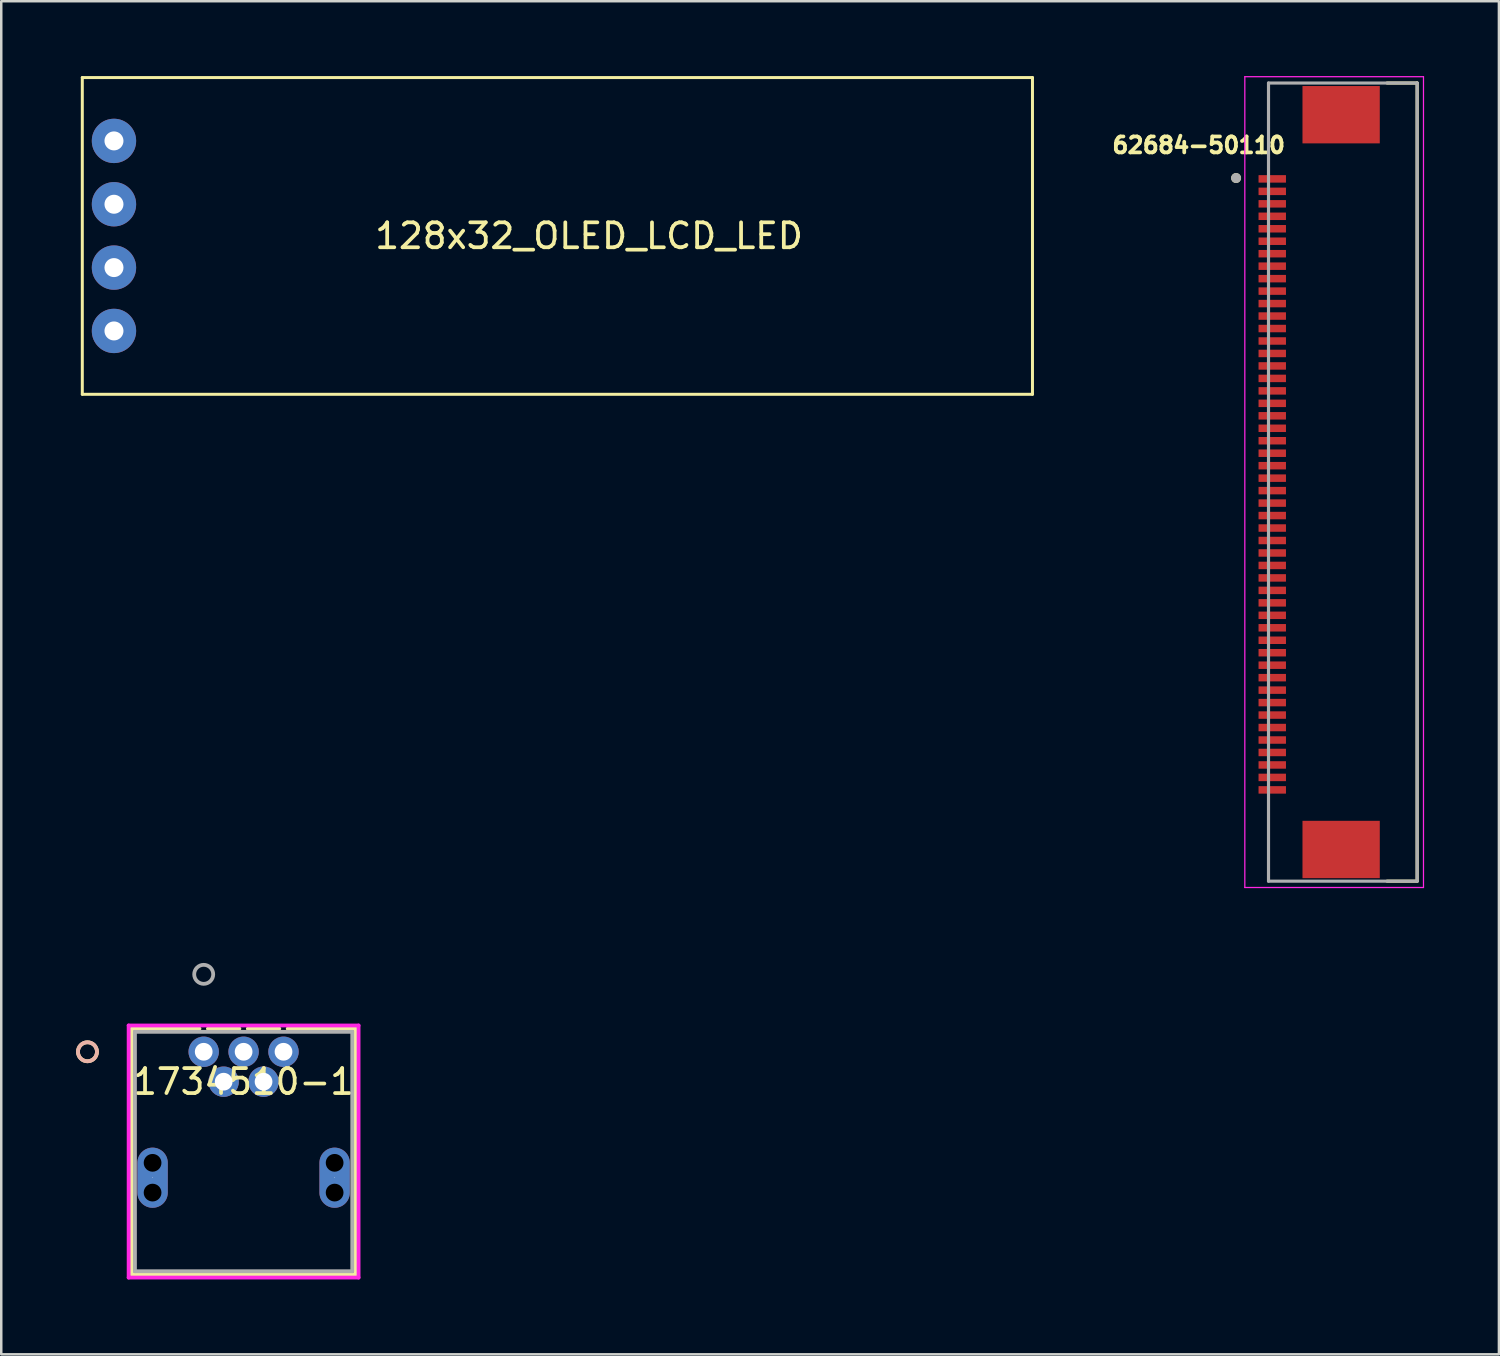
<source format=kicad_pcb>
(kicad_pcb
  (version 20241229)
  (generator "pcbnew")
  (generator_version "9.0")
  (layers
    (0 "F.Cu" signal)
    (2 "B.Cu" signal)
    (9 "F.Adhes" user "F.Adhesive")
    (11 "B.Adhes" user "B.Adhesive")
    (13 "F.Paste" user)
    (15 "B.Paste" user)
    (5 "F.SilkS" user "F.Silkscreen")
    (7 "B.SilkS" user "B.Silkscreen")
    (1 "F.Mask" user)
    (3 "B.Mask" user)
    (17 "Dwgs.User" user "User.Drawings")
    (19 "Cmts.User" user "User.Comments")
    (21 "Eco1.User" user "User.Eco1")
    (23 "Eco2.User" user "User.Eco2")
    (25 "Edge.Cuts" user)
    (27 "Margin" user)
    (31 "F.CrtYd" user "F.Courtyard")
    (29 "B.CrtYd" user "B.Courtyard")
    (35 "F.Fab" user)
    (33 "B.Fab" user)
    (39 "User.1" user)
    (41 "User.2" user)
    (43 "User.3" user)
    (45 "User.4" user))
  (footprint "62684-50110"
    (layer "F.Cu")
    (at 49.965 15.773)
    (property "Reference" "62684-50110" (at -4.95 -13 180) (layer "F.SilkS") (effects (font (size 0.64 0.64) (thickness 0.15))))
    (attr smd)
    (fp_line (start 3.81 -15.494) (end 2.606 -15.494) (stroke (width 0.127) (type solid)) (layer "F.SilkS"))
    (fp_line (start 3.81 16.51) (end 2.606 16.51) (stroke (width 0.127) (type solid)) (layer "F.SilkS"))
    (fp_line (start 3.81 16.51) (end 3.81 -15.494) (stroke (width 0.127) (type solid)) (layer "F.SilkS"))
    (fp_circle (center -3.45 -11.684) (end -3.45 -11.784) (stroke (width 0.2) (type solid)) (fill no) (layer "F.SilkS"))
    (fp_line (start -3.1 -15.748) (end -3.1 16.764) (stroke (width 0.05) (type solid)) (layer "F.CrtYd"))
    (fp_line (start -3.1 16.764) (end 4.064 16.764) (stroke (width 0.05) (type solid)) (layer "F.CrtYd"))
    (fp_line (start 4.064 -15.748) (end -3.1 -15.748) (stroke (width 0.05) (type solid)) (layer "F.CrtYd"))
    (fp_line (start 4.064 16.764) (end 4.064 -15.748) (stroke (width 0.05) (type solid)) (layer "F.CrtYd"))
    (fp_line (start -2.15 16.51) (end -2.15 -15.494) (stroke (width 0.127) (type solid)) (layer "F.Fab"))
    (fp_line (start -2.15 16.51) (end 3.81 16.51) (stroke (width 0.127) (type solid)) (layer "F.Fab"))
    (fp_line (start 3.81 -15.494) (end -2.15 -15.494) (stroke (width 0.127) (type solid)) (layer "F.Fab"))
    (fp_line (start 3.81 16.51) (end 3.81 -15.494) (stroke (width 0.127) (type solid)) (layer "F.Fab"))
    (fp_circle (center -3.45 -11.684) (end -3.45 -11.784) (stroke (width 0.2) (type solid)) (fill no) (layer "F.Fab"))
    (pad "1" smd rect (at -2 -11.65 270) (size 0.3 1.1) (layers "F.Cu" "F.Mask" "F.Paste"))
    (pad "2" smd rect (at -2 -11.15 270) (size 0.3 1.1) (layers "F.Cu" "F.Mask" "F.Paste"))
    (pad "3" smd rect (at -2 -10.65 270) (size 0.3 1.1) (layers "F.Cu" "F.Mask" "F.Paste"))
    (pad "4" smd rect (at -2 -10.15 270) (size 0.3 1.1) (layers "F.Cu" "F.Mask" "F.Paste"))
    (pad "5" smd rect (at -2 -9.65 270) (size 0.3 1.1) (layers "F.Cu" "F.Mask" "F.Paste"))
    (pad "6" smd rect (at -2 -9.15 270) (size 0.3 1.1) (layers "F.Cu" "F.Mask" "F.Paste"))
    (pad "7" smd rect (at -2 -8.65 270) (size 0.3 1.1) (layers "F.Cu" "F.Mask" "F.Paste"))
    (pad "8" smd rect (at -2 -8.15 270) (size 0.3 1.1) (layers "F.Cu" "F.Mask" "F.Paste"))
    (pad "9" smd rect (at -2 -7.65 270) (size 0.3 1.1) (layers "F.Cu" "F.Mask" "F.Paste"))
    (pad "10" smd rect (at -2 -7.15 270) (size 0.3 1.1) (layers "F.Cu" "F.Mask" "F.Paste"))
    (pad "11" smd rect (at -2 -6.65 270) (size 0.3 1.1) (layers "F.Cu" "F.Mask" "F.Paste"))
    (pad "12" smd rect (at -2 -6.15 270) (size 0.3 1.1) (layers "F.Cu" "F.Mask" "F.Paste"))
    (pad "13" smd rect (at -2 -5.65 270) (size 0.3 1.1) (layers "F.Cu" "F.Mask" "F.Paste"))
    (pad "14" smd rect (at -2 -5.15 270) (size 0.3 1.1) (layers "F.Cu" "F.Mask" "F.Paste"))
    (pad "15" smd rect (at -2 -4.65 270) (size 0.3 1.1) (layers "F.Cu" "F.Mask" "F.Paste"))
    (pad "16" smd rect (at -2 -4.15 270) (size 0.3 1.1) (layers "F.Cu" "F.Mask" "F.Paste"))
    (pad "17" smd rect (at -2 -3.65 270) (size 0.3 1.1) (layers "F.Cu" "F.Mask" "F.Paste"))
    (pad "18" smd rect (at -2 -3.15 270) (size 0.3 1.1) (layers "F.Cu" "F.Mask" "F.Paste"))
    (pad "19" smd rect (at -2 -2.65 270) (size 0.3 1.1) (layers "F.Cu" "F.Mask" "F.Paste"))
    (pad "20" smd rect (at -2 -2.15 270) (size 0.3 1.1) (layers "F.Cu" "F.Mask" "F.Paste"))
    (pad "21" smd rect (at -2 -1.65 270) (size 0.3 1.1) (layers "F.Cu" "F.Mask" "F.Paste"))
    (pad "22" smd rect (at -2 -1.15 270) (size 0.3 1.1) (layers "F.Cu" "F.Mask" "F.Paste"))
    (pad "23" smd rect (at -2 -0.65 270) (size 0.3 1.1) (layers "F.Cu" "F.Mask" "F.Paste"))
    (pad "24" smd rect (at -2 -0.15 270) (size 0.3 1.1) (layers "F.Cu" "F.Mask" "F.Paste"))
    (pad "25" smd rect (at -2 0.35 270) (size 0.3 1.1) (layers "F.Cu" "F.Mask" "F.Paste"))
    (pad "26" smd rect (at -2 0.85 270) (size 0.3 1.1) (layers "F.Cu" "F.Mask" "F.Paste"))
    (pad "27" smd rect (at -2 1.35 270) (size 0.3 1.1) (layers "F.Cu" "F.Mask" "F.Paste"))
    (pad "28" smd rect (at -2 1.85 270) (size 0.3 1.1) (layers "F.Cu" "F.Mask" "F.Paste"))
    (pad "29" smd rect (at -2 2.35 270) (size 0.3 1.1) (layers "F.Cu" "F.Mask" "F.Paste"))
    (pad "30" smd rect (at -2 2.85 270) (size 0.3 1.1) (layers "F.Cu" "F.Mask" "F.Paste"))
    (pad "31" smd rect (at -2 3.35 270) (size 0.3 1.1) (layers "F.Cu" "F.Mask" "F.Paste"))
    (pad "32" smd rect (at -2 3.85 270) (size 0.3 1.1) (layers "F.Cu" "F.Mask" "F.Paste"))
    (pad "33" smd rect (at -2 4.35 270) (size 0.3 1.1) (layers "F.Cu" "F.Mask" "F.Paste"))
    (pad "34" smd rect (at -2 4.85 270) (size 0.3 1.1) (layers "F.Cu" "F.Mask" "F.Paste"))
    (pad "35" smd rect (at -2 5.35 270) (size 0.3 1.1) (layers "F.Cu" "F.Mask" "F.Paste"))
    (pad "36" smd rect (at -2 5.85 270) (size 0.3 1.1) (layers "F.Cu" "F.Mask" "F.Paste"))
    (pad "37" smd rect (at -2 6.35 270) (size 0.3 1.1) (layers "F.Cu" "F.Mask" "F.Paste"))
    (pad "38" smd rect (at -2 6.85 270) (size 0.3 1.1) (layers "F.Cu" "F.Mask" "F.Paste"))
    (pad "39" smd rect (at -2 7.35 270) (size 0.3 1.1) (layers "F.Cu" "F.Mask" "F.Paste"))
    (pad "40" smd rect (at -2 7.85 270) (size 0.3 1.1) (layers "F.Cu" "F.Mask" "F.Paste"))
    (pad "41" smd rect (at -2 8.35 270) (size 0.3 1.1) (layers "F.Cu" "F.Mask" "F.Paste"))
    (pad "42" smd rect (at -2 8.85 270) (size 0.3 1.1) (layers "F.Cu" "F.Mask" "F.Paste"))
    (pad "43" smd rect (at -2 9.35 270) (size 0.3 1.1) (layers "F.Cu" "F.Mask" "F.Paste"))
    (pad "44" smd rect (at -2 9.85 270) (size 0.3 1.1) (layers "F.Cu" "F.Mask" "F.Paste"))
    (pad "45" smd rect (at -2 10.35 270) (size 0.3 1.1) (layers "F.Cu" "F.Mask" "F.Paste"))
    (pad "46" smd rect (at -2 10.85 270) (size 0.3 1.1) (layers "F.Cu" "F.Mask" "F.Paste"))
    (pad "47" smd rect (at -2 11.35 270) (size 0.3 1.1) (layers "F.Cu" "F.Mask" "F.Paste"))
    (pad "48" smd rect (at -2 11.85 270) (size 0.3 1.1) (layers "F.Cu" "F.Mask" "F.Paste"))
    (pad "49" smd rect (at -2 12.35 270) (size 0.3 1.1) (layers "F.Cu" "F.Mask" "F.Paste"))
    (pad "50" smd rect (at -2 12.85 270) (size 0.3 1.1) (layers "F.Cu" "F.Mask" "F.Paste"))
    (pad "S1" smd rect (at 0.762 -14.224 90) (size 2.3 3.1) (layers "F.Cu" "F.Mask" "F.Paste"))
    (pad "S2" smd rect (at 0.762 15.24 90) (size 2.3 3.1) (layers "F.Cu" "F.Mask" "F.Paste")))
  (footprint "128x32_OLED_LCD_LED"
    (layer "F.Cu")
    (at 0.25 12.76)
    (property "Reference" "128x32_OLED_LCD_LED" (at 20.32 -6.35 0) (layer "F.SilkS") (effects (font (size 1 1) (thickness 0.15))))
    (attr through_hole)
    (fp_line (start 0 -12.7) (end 0 0) (stroke (width 0.12) (type solid)) (layer "F.SilkS"))
    (fp_line (start 0 0) (end 38.1 0) (stroke (width 0.12) (type solid)) (layer "F.SilkS"))
    (fp_line (start 38.1 -12.7) (end 0 -12.7) (stroke (width 0.12) (type solid)) (layer "F.SilkS"))
    (fp_line (start 38.1 0) (end 38.1 -12.7) (stroke (width 0.12) (type solid)) (layer "F.SilkS"))
    (pad "1" thru_hole circle (at 1.27 -10.16) (size 1.778 1.778) (drill 0.762) (layers "*.Cu" "*.Mask"))
    (pad "2" thru_hole circle (at 1.27 -7.62) (size 1.778 1.778) (drill 0.762) (layers "*.Cu" "*.Mask"))
    (pad "3" thru_hole circle (at 1.27 -5.08) (size 1.778 1.778) (drill 0.762) (layers "*.Cu" "*.Mask"))
    (pad "4" thru_hole circle (at 1.27 -2.54) (size 1.778 1.778) (drill 0.762) (layers "*.Cu" "*.Mask")))
  (footprint "1734510-1"
    (layer "F.Cu")
    (at 5.118 39.124)
    (property "Reference" "1734510-1" (at 1.6 1.2 0) (layer "F.SilkS") (effects (font (size 1 1) (thickness 0.15))))
    (attr through_hole)
    (fp_line (start -2.883 -0.927) (end -2.883 8.928) (stroke (width 0.152) (type solid)) (layer "F.SilkS"))
    (fp_line (start -2.883 8.928) (end 6.083 8.928) (stroke (width 0.152) (type solid)) (layer "F.SilkS"))
    (fp_line (start -0.169 -0.927) (end -2.883 -0.927) (stroke (width 0.152) (type solid)) (layer "F.SilkS"))
    (fp_line (start 1.431 -0.927) (end 0.169 -0.927) (stroke (width 0.152) (type solid)) (layer "F.SilkS"))
    (fp_line (start 3.031 -0.927) (end 1.769 -0.927) (stroke (width 0.152) (type solid)) (layer "F.SilkS"))
    (fp_line (start 6.083 -0.927) (end 3.369 -0.927) (stroke (width 0.152) (type solid)) (layer "F.SilkS"))
    (fp_line (start 6.083 8.928) (end 6.083 -0.927) (stroke (width 0.152) (type solid)) (layer "F.SilkS"))
    (fp_circle (center -4.661 0) (end -4.28 0) (stroke (width 0.152) (type solid)) (fill no) (layer "F.SilkS"))
    (fp_circle (center -4.661 0) (end -4.28 0) (stroke (width 0.152) (type solid)) (fill no) (layer "B.SilkS"))
    (fp_line (start -3.01 -1.054) (end -3.01 9.055) (stroke (width 0.152) (type solid)) (layer "F.CrtYd"))
    (fp_line (start -3.01 9.055) (end 6.21 9.055) (stroke (width 0.152) (type solid)) (layer "F.CrtYd"))
    (fp_line (start 6.21 -1.054) (end -3.01 -1.054) (stroke (width 0.152) (type solid)) (layer "F.CrtYd"))
    (fp_line (start 6.21 9.055) (end 6.21 -1.054) (stroke (width 0.152) (type solid)) (layer "F.CrtYd"))
    (fp_line (start -2.756 -0.8) (end -2.756 8.801) (stroke (width 0.152) (type solid)) (layer "F.Fab"))
    (fp_line (start -2.756 8.801) (end 5.956 8.801) (stroke (width 0.152) (type solid)) (layer "F.Fab"))
    (fp_line (start 5.956 -0.8) (end -2.756 -0.8) (stroke (width 0.152) (type solid)) (layer "F.Fab"))
    (fp_line (start 5.956 8.801) (end 5.956 -0.8) (stroke (width 0.152) (type solid)) (layer "F.Fab"))
    (fp_circle (center 0 -3.105) (end 0.381 -3.105) (stroke (width 0.152) (type solid)) (fill no) (layer "F.Fab"))
    (fp_text user "Copyright 2016 Accelerated Designs. All rights reserved." (at 0 0 0) (layer "Cmts.User") (effects (font (size 0.127 0.127) (thickness 0.002))))
    (pad "" np_thru_hole circle (at -2.05 4.453) (size 0.711 0.711) (drill 0.711) (layers))
    (pad "" np_thru_hole circle (at -2.05 5.647) (size 0.711 0.711) (drill 0.711) (layers))
    (pad "" np_thru_hole circle (at 5.25 4.453) (size 0.711 0.711) (drill 0.711) (layers))
    (pad "" np_thru_hole circle (at 5.25 5.647) (size 0.711 0.711) (drill 0.711) (layers))
    (pad "1" thru_hole circle (at 0 0) (size 1.219 1.219) (drill 0.711) (layers "*.Cu" "*.Mask"))
    (pad "2" thru_hole circle (at 0.8 1.2) (size 1.219 1.219) (drill 0.711) (layers "*.Cu" "*.Mask"))
    (pad "3" thru_hole circle (at 1.6 0) (size 1.219 1.219) (drill 0.711) (layers "*.Cu" "*.Mask"))
    (pad "4" thru_hole circle (at 2.4 1.2) (size 1.219 1.219) (drill 0.711) (layers "*.Cu" "*.Mask"))
    (pad "5" thru_hole circle (at 3.2 0) (size 1.219 1.219) (drill 0.711) (layers "*.Cu" "*.Mask"))
    (pad "6" thru_hole oval (at -2.05 5.05 90) (size 2.413 1.219) (drill 0.025) (layers "*.Cu" "*.Mask"))
    (pad "7" thru_hole oval (at 5.25 5.05 90) (size 2.413 1.219) (drill 0.025) (layers "*.Cu" "*.Mask")))
  (gr_rect
    (start -3 -3)
    (end 57.054 51.256)
    (stroke (width 0.1) (type default))
    (fill no)
    (layer "Edge.Cuts")))
</source>
